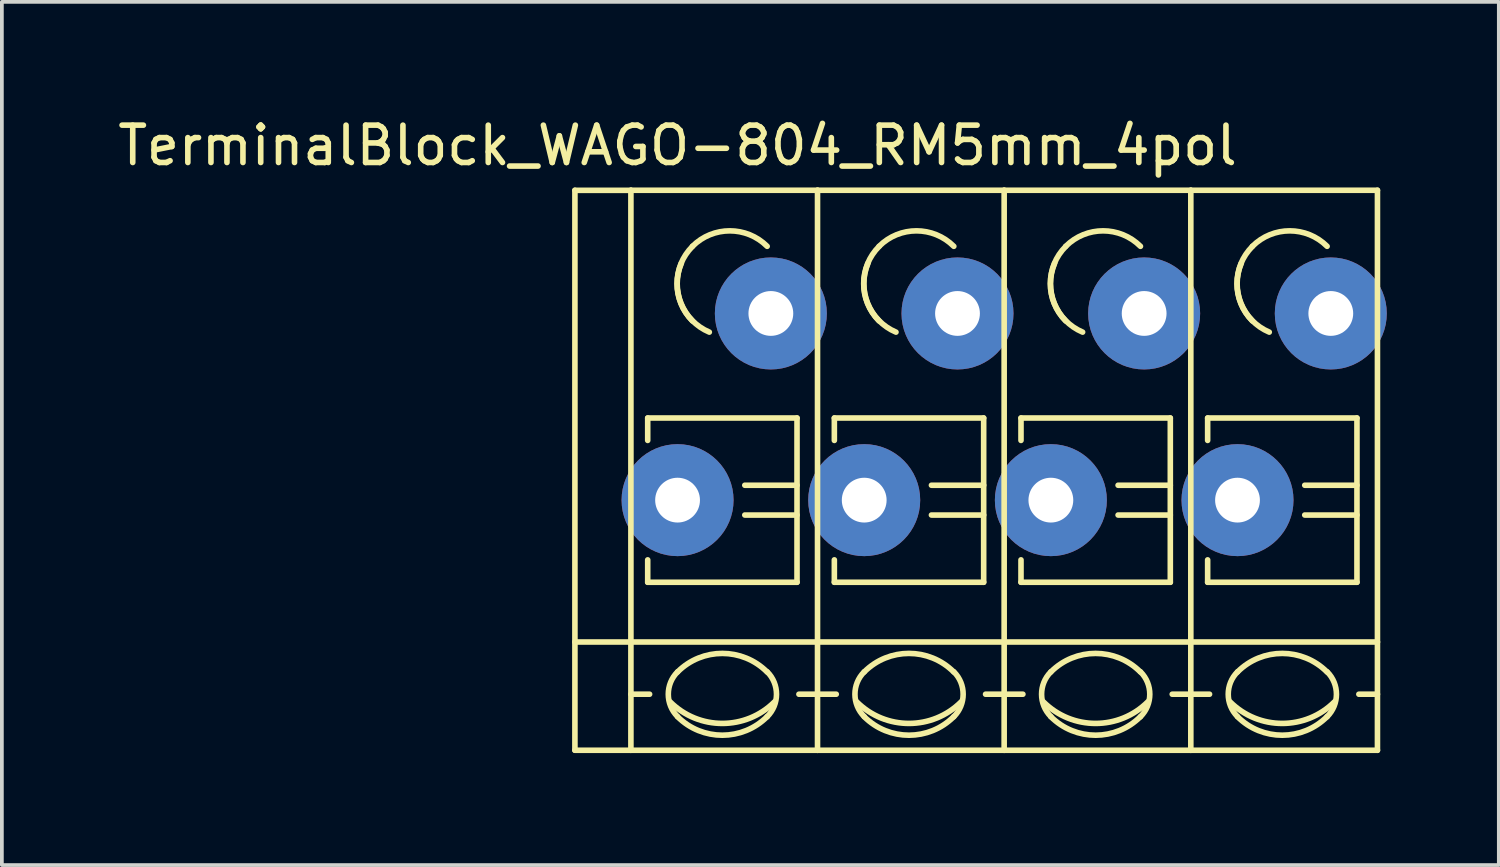
<source format=kicad_pcb>
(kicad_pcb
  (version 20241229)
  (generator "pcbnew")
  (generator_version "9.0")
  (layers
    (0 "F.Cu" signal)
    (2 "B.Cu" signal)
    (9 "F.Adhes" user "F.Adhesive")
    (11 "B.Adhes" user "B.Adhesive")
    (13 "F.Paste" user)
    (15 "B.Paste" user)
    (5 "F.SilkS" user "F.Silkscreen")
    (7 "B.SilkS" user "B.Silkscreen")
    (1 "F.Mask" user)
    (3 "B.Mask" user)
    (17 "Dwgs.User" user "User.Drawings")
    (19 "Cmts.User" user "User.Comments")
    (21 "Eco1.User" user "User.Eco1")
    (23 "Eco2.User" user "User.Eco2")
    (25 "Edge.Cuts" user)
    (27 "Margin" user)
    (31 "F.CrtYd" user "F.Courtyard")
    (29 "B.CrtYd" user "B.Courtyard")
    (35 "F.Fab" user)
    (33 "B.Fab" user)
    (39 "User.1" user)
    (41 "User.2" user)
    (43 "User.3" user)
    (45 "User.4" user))
  (footprint "TerminalBlock_WAGO-804_RM5mm_4pol"
    (layer "F.Cu")
    (at 15.101 10.348)
    (property "Reference" "TerminalBlock_WAGO-804_RM5mm_4pol" (at 0 -9.5 0) (layer "F.SilkS") (effects (font (size 1 1) (thickness 0.15))))
    (attr through_hole)
    (fp_line (start -2.75 -8.3) (end -1.25 -8.3) (stroke (width 0.15) (type solid)) (layer "F.SilkS"))
    (fp_line (start -2.75 6.7) (end -2.75 -8.3) (stroke (width 0.15) (type solid)) (layer "F.SilkS"))
    (fp_line (start -1.25 6.7) (end -2.75 6.7) (stroke (width 0.15) (type solid)) (layer "F.SilkS"))
    (fp_line (start -1.25 5.199) (end -0.749 5.199) (stroke (width 0.15) (type solid)) (layer "F.SilkS"))
    (fp_line (start -1.25 6.701) (end -1.25 -8.301) (stroke (width 0.15) (type solid)) (layer "F.SilkS"))
    (fp_line (start -0.8 -2.2) (end -0.8 -1.6) (stroke (width 0.15) (type solid)) (layer "F.SilkS"))
    (fp_line (start -0.8 -2.2) (end 3.2 -2.2) (stroke (width 0.15) (type solid)) (layer "F.SilkS"))
    (fp_line (start -0.8 2.2) (end -0.8 1.6) (stroke (width 0.15) (type solid)) (layer "F.SilkS"))
    (fp_line (start 3.2 -2.2) (end 3.2 2.2) (stroke (width 0.15) (type solid)) (layer "F.SilkS"))
    (fp_line (start 3.2 -0.399) (end 1.801 -0.399) (stroke (width 0.15) (type solid)) (layer "F.SilkS"))
    (fp_line (start 3.2 0.399) (end 1.801 0.399) (stroke (width 0.15) (type solid)) (layer "F.SilkS"))
    (fp_line (start 3.2 2.2) (end -0.8 2.2) (stroke (width 0.15) (type solid)) (layer "F.SilkS"))
    (fp_line (start 3.749 -8.301) (end -1.25 -8.301) (stroke (width 0.15) (type solid)) (layer "F.SilkS"))
    (fp_line (start 3.749 -8.301) (end 3.749 6.701) (stroke (width 0.15) (type solid)) (layer "F.SilkS"))
    (fp_line (start 3.749 5.199) (end 3.251 5.199) (stroke (width 0.15) (type solid)) (layer "F.SilkS"))
    (fp_line (start 3.749 6.701) (end -1.25 6.701) (stroke (width 0.15) (type solid)) (layer "F.SilkS"))
    (fp_line (start 3.75 3.8) (end -2.75 3.8) (stroke (width 0.15) (type solid)) (layer "F.SilkS"))
    (fp_line (start 3.75 3.8) (end 8.75 3.8) (stroke (width 0.15) (type solid)) (layer "F.SilkS"))
    (fp_line (start 3.75 5.199) (end 4.251 5.199) (stroke (width 0.15) (type solid)) (layer "F.SilkS"))
    (fp_line (start 4.2 -2.2) (end 4.2 -1.6) (stroke (width 0.15) (type solid)) (layer "F.SilkS"))
    (fp_line (start 4.2 -2.2) (end 8.2 -2.2) (stroke (width 0.15) (type solid)) (layer "F.SilkS"))
    (fp_line (start 4.2 2.2) (end 4.2 1.6) (stroke (width 0.15) (type solid)) (layer "F.SilkS"))
    (fp_line (start 8.2 -2.2) (end 8.2 2.2) (stroke (width 0.15) (type solid)) (layer "F.SilkS"))
    (fp_line (start 8.2 -0.399) (end 6.801 -0.399) (stroke (width 0.15) (type solid)) (layer "F.SilkS"))
    (fp_line (start 8.2 0.399) (end 6.801 0.399) (stroke (width 0.15) (type solid)) (layer "F.SilkS"))
    (fp_line (start 8.2 2.2) (end 4.2 2.2) (stroke (width 0.15) (type solid)) (layer "F.SilkS"))
    (fp_line (start 8.749 -8.301) (end 3.75 -8.301) (stroke (width 0.15) (type solid)) (layer "F.SilkS"))
    (fp_line (start 8.749 -8.301) (end 8.749 6.701) (stroke (width 0.15) (type solid)) (layer "F.SilkS"))
    (fp_line (start 8.749 5.199) (end 8.251 5.199) (stroke (width 0.15) (type solid)) (layer "F.SilkS"))
    (fp_line (start 8.749 6.701) (end 3.75 6.701) (stroke (width 0.15) (type solid)) (layer "F.SilkS"))
    (fp_line (start 8.75 3.8) (end 13.75 3.8) (stroke (width 0.15) (type solid)) (layer "F.SilkS"))
    (fp_line (start 8.75 5.199) (end 9.251 5.199) (stroke (width 0.15) (type solid)) (layer "F.SilkS"))
    (fp_line (start 9.2 -2.2) (end 9.2 -1.6) (stroke (width 0.15) (type solid)) (layer "F.SilkS"))
    (fp_line (start 9.2 -2.2) (end 13.2 -2.2) (stroke (width 0.15) (type solid)) (layer "F.SilkS"))
    (fp_line (start 9.2 2.2) (end 9.2 1.6) (stroke (width 0.15) (type solid)) (layer "F.SilkS"))
    (fp_line (start 13.2 -2.2) (end 13.2 2.2) (stroke (width 0.15) (type solid)) (layer "F.SilkS"))
    (fp_line (start 13.2 -0.399) (end 11.801 -0.399) (stroke (width 0.15) (type solid)) (layer "F.SilkS"))
    (fp_line (start 13.2 0.399) (end 11.801 0.399) (stroke (width 0.15) (type solid)) (layer "F.SilkS"))
    (fp_line (start 13.2 2.2) (end 9.2 2.2) (stroke (width 0.15) (type solid)) (layer "F.SilkS"))
    (fp_line (start 13.749 -8.301) (end 8.75 -8.301) (stroke (width 0.15) (type solid)) (layer "F.SilkS"))
    (fp_line (start 13.749 -8.301) (end 13.749 6.701) (stroke (width 0.15) (type solid)) (layer "F.SilkS"))
    (fp_line (start 13.749 5.199) (end 13.251 5.199) (stroke (width 0.15) (type solid)) (layer "F.SilkS"))
    (fp_line (start 13.749 6.701) (end 8.75 6.701) (stroke (width 0.15) (type solid)) (layer "F.SilkS"))
    (fp_line (start 13.75 3.8) (end 18.75 3.8) (stroke (width 0.15) (type solid)) (layer "F.SilkS"))
    (fp_line (start 13.75 5.199) (end 14.251 5.199) (stroke (width 0.15) (type solid)) (layer "F.SilkS"))
    (fp_line (start 14.2 -2.2) (end 14.2 -1.6) (stroke (width 0.15) (type solid)) (layer "F.SilkS"))
    (fp_line (start 14.2 -2.2) (end 18.2 -2.2) (stroke (width 0.15) (type solid)) (layer "F.SilkS"))
    (fp_line (start 14.2 2.2) (end 14.2 1.6) (stroke (width 0.15) (type solid)) (layer "F.SilkS"))
    (fp_line (start 18.2 -2.2) (end 18.2 2.2) (stroke (width 0.15) (type solid)) (layer "F.SilkS"))
    (fp_line (start 18.2 -0.399) (end 16.801 -0.399) (stroke (width 0.15) (type solid)) (layer "F.SilkS"))
    (fp_line (start 18.2 0.399) (end 16.801 0.399) (stroke (width 0.15) (type solid)) (layer "F.SilkS"))
    (fp_line (start 18.2 2.2) (end 14.2 2.2) (stroke (width 0.15) (type solid)) (layer "F.SilkS"))
    (fp_line (start 18.749 -8.301) (end 13.75 -8.301) (stroke (width 0.15) (type solid)) (layer "F.SilkS"))
    (fp_line (start 18.749 -8.301) (end 18.749 6.701) (stroke (width 0.15) (type solid)) (layer "F.SilkS"))
    (fp_line (start 18.749 5.199) (end 18.251 5.199) (stroke (width 0.15) (type solid)) (layer "F.SilkS"))
    (fp_line (start 18.749 6.701) (end 13.75 6.701) (stroke (width 0.15) (type solid)) (layer "F.SilkS"))
    (fp_arc (start 0 4.60248) (mid 1.19888 4.105888) (end 2.39776 4.60248) (stroke (width 0.15) (type solid)) (layer "F.SilkS"))
    (fp_arc (start 0 5.79882) (mid -0.248296 5.19938) (end 0 4.59994) (stroke (width 0.15) (type solid)) (layer "F.SilkS"))
    (fp_arc (start 0.39878 -6.79958) (mid 1.39954 -7.214108) (end 2.4003 -6.79958) (stroke (width 0.15) (type solid)) (layer "F.SilkS"))
    (fp_arc (start 0.39878 -4.8006) (mid -0.013952 -5.800616) (end 0.40132 -6.79958) (stroke (width 0.15) (type solid)) (layer "F.SilkS"))
    (fp_arc (start 0.8509 -4.50088) (mid 0.093811 -5.268985) (end 0.1016 -6.34746) (stroke (width 0.15) (type solid)) (layer "F.SilkS"))
    (fp_arc (start 2.4003 5.79882) (mid 1.200676 6.297208) (end 0 5.80136) (stroke (width 0.15) (type solid)) (layer "F.SilkS"))
    (fp_arc (start 2.40284 4.59994) (mid 2.650392 5.201176) (end 2.4003 5.80136) (stroke (width 0.15) (type solid)) (layer "F.SilkS"))
    (fp_arc (start 2.60096 5.40004) (mid 1.200676 5.981545) (end -0.20066 5.40258) (stroke (width 0.15) (type solid)) (layer "F.SilkS"))
    (fp_arc (start 5 4.60248) (mid 6.19888 4.105888) (end 7.39776 4.60248) (stroke (width 0.15) (type solid)) (layer "F.SilkS"))
    (fp_arc (start 5 5.79882) (mid 4.751704 5.19938) (end 5 4.59994) (stroke (width 0.15) (type solid)) (layer "F.SilkS"))
    (fp_arc (start 5.39878 -6.79958) (mid 6.39954 -7.214108) (end 7.4003 -6.79958) (stroke (width 0.15) (type solid)) (layer "F.SilkS"))
    (fp_arc (start 5.39878 -4.8006) (mid 4.986048 -5.800616) (end 5.40132 -6.79958) (stroke (width 0.15) (type solid)) (layer "F.SilkS"))
    (fp_arc (start 5.8509 -4.50088) (mid 5.093811 -5.268985) (end 5.1016 -6.34746) (stroke (width 0.15) (type solid)) (layer "F.SilkS"))
    (fp_arc (start 7.4003 5.79882) (mid 6.200676 6.297208) (end 5 5.80136) (stroke (width 0.15) (type solid)) (layer "F.SilkS"))
    (fp_arc (start 7.40284 4.59994) (mid 7.650392 5.201176) (end 7.4003 5.80136) (stroke (width 0.15) (type solid)) (layer "F.SilkS"))
    (fp_arc (start 7.60096 5.40004) (mid 6.200676 5.981545) (end 4.79934 5.40258) (stroke (width 0.15) (type solid)) (layer "F.SilkS"))
    (fp_arc (start 10 4.60248) (mid 11.19888 4.105888) (end 12.39776 4.60248) (stroke (width 0.15) (type solid)) (layer "F.SilkS"))
    (fp_arc (start 10 5.79882) (mid 9.751704 5.19938) (end 10 4.59994) (stroke (width 0.15) (type solid)) (layer "F.SilkS"))
    (fp_arc (start 10.39878 -6.79958) (mid 11.39954 -7.214108) (end 12.4003 -6.79958) (stroke (width 0.15) (type solid)) (layer "F.SilkS"))
    (fp_arc (start 10.39878 -4.8006) (mid 9.986048 -5.800616) (end 10.40132 -6.79958) (stroke (width 0.15) (type solid)) (layer "F.SilkS"))
    (fp_arc (start 10.8509 -4.50088) (mid 10.093811 -5.268985) (end 10.1016 -6.34746) (stroke (width 0.15) (type solid)) (layer "F.SilkS"))
    (fp_arc (start 12.4003 5.79882) (mid 11.200676 6.297208) (end 10 5.80136) (stroke (width 0.15) (type solid)) (layer "F.SilkS"))
    (fp_arc (start 12.40284 4.59994) (mid 12.650392 5.201176) (end 12.4003 5.80136) (stroke (width 0.15) (type solid)) (layer "F.SilkS"))
    (fp_arc (start 12.60096 5.40004) (mid 11.200676 5.981545) (end 9.79934 5.40258) (stroke (width 0.15) (type solid)) (layer "F.SilkS"))
    (fp_arc (start 15 4.60248) (mid 16.19888 4.105888) (end 17.39776 4.60248) (stroke (width 0.15) (type solid)) (layer "F.SilkS"))
    (fp_arc (start 15 5.79882) (mid 14.751704 5.19938) (end 15 4.59994) (stroke (width 0.15) (type solid)) (layer "F.SilkS"))
    (fp_arc (start 15.39878 -6.79958) (mid 16.39954 -7.214108) (end 17.4003 -6.79958) (stroke (width 0.15) (type solid)) (layer "F.SilkS"))
    (fp_arc (start 15.39878 -4.8006) (mid 14.986048 -5.800616) (end 15.40132 -6.79958) (stroke (width 0.15) (type solid)) (layer "F.SilkS"))
    (fp_arc (start 15.8509 -4.50088) (mid 15.093811 -5.268985) (end 15.1016 -6.34746) (stroke (width 0.15) (type solid)) (layer "F.SilkS"))
    (fp_arc (start 17.4003 5.79882) (mid 16.200676 6.297208) (end 15 5.80136) (stroke (width 0.15) (type solid)) (layer "F.SilkS"))
    (fp_arc (start 17.40284 4.59994) (mid 17.650392 5.201176) (end 17.4003 5.80136) (stroke (width 0.15) (type solid)) (layer "F.SilkS"))
    (fp_arc (start 17.60096 5.40004) (mid 16.200676 5.981545) (end 14.79934 5.40258) (stroke (width 0.15) (type solid)) (layer "F.SilkS"))
    (pad "1" thru_hole circle (at 0 0) (size 3 3) (drill 1.2) (layers "*.Cu" "*.Mask"))
    (pad "1" thru_hole circle (at 2.499 -5.001) (size 3 3) (drill 1.2) (layers "*.Cu" "*.Mask"))
    (pad "2" thru_hole circle (at 5 0) (size 3 3) (drill 1.2) (layers "*.Cu" "*.Mask"))
    (pad "2" thru_hole circle (at 7.499 -5.001) (size 3 3) (drill 1.2) (layers "*.Cu" "*.Mask"))
    (pad "3" thru_hole circle (at 10 0) (size 3 3) (drill 1.2) (layers "*.Cu" "*.Mask"))
    (pad "3" thru_hole circle (at 12.499 -5.001) (size 3 3) (drill 1.2) (layers "*.Cu" "*.Mask"))
    (pad "4" thru_hole circle (at 15 0) (size 3 3) (drill 1.2) (layers "*.Cu" "*.Mask"))
    (pad "4" thru_hole circle (at 17.499 -5.001) (size 3 3) (drill 1.2) (layers "*.Cu" "*.Mask")))
  (gr_rect
    (start -3 -3)
    (end 37.101 20.124)
    (stroke (width 0.1) (type default))
    (fill no)
    (layer "Edge.Cuts")))
</source>
